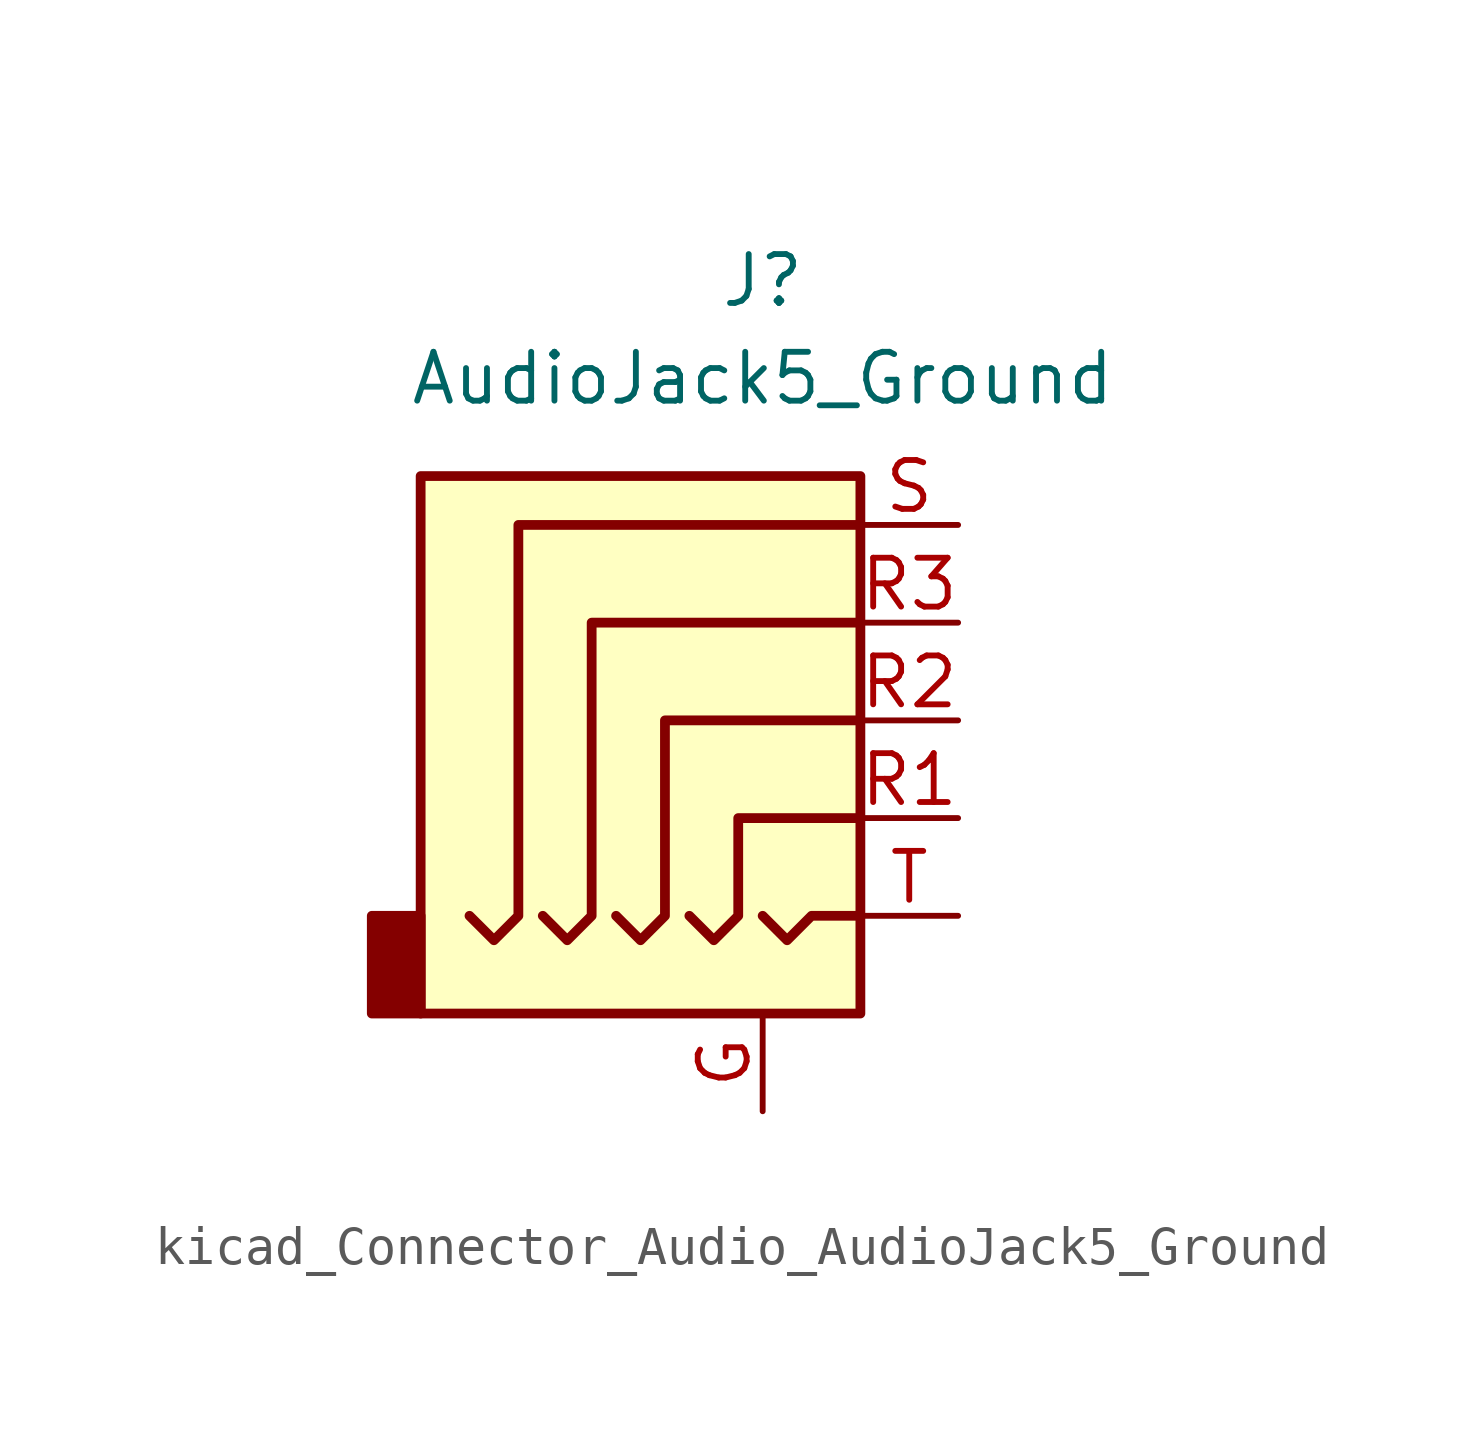
<source format=kicad_sym>
(kicad_symbol_lib
  (version 20220914)
  (generator kicad_symbol_editor)
  (symbol "kicad_Connector_Audio_AudioJack5_Ground"
    (property "Reference" "J"
      (at 0 11.43 0)
      (effects (font (size 1.27 1.27))))
    (property "Value" "AudioJack5_Ground"
      (at 0 8.89 0)
      (effects (font (size 1.27 1.27))))
    (symbol "kicad_Connector_Audio_AudioJack5_Ground_0_1"
      (rectangle (start -8.89 -5.08) (end -10.16 -7.62) (stroke (width 0.254) (type default)) (fill (type outline)))
      (polyline (pts (xy 0 -5.08) (xy 0.635 -5.715) (xy 1.27 -5.08) (xy 2.54 -5.08)) (stroke (width 0.254) (type default)) (fill (type none)))
      (polyline (pts (xy -5.715 -5.08) (xy -5.08 -5.715) (xy -4.445 -5.08) (xy -4.445 2.54) (xy 2.54 2.54)) (stroke (width 0.254) (type default)) (fill (type none)))
      (polyline (pts (xy -1.905 -5.08) (xy -1.27 -5.715) (xy -0.635 -5.08) (xy -0.635 -2.54) (xy 2.54 -2.54)) (stroke (width 0.254) (type default)) (fill (type none)))
      (polyline (pts (xy 2.54 0) (xy -2.54 0) (xy -2.54 -5.08) (xy -3.175 -5.715) (xy -3.81 -5.08)) (stroke (width 0.254) (type default)) (fill (type none)))
      (polyline (pts (xy 2.54 5.08) (xy -6.35 5.08) (xy -6.35 -5.08) (xy -6.985 -5.715) (xy -7.62 -5.08)) (stroke (width 0.254) (type default)) (fill (type none)))
      (rectangle (start 2.54 6.35) (end -8.89 -7.62) (stroke (width 0.254) (type default)) (fill (type background))))
    (symbol "kicad_Connector_Audio_AudioJack5_Ground_1_1"
      (pin passive line (at 0 -10.16 90) (length 2.54) (name "~" (effects (font (size 1.27 1.27)))) (number "G" (effects (font (size 1.27 1.27)))))
      (pin passive line (at 5.08 -2.54 180) (length 2.54) (name "~" (effects (font (size 1.27 1.27)))) (number "R1" (effects (font (size 1.27 1.27)))))
      (pin passive line (at 5.08 0 180) (length 2.54) (name "~" (effects (font (size 1.27 1.27)))) (number "R2" (effects (font (size 1.27 1.27)))))
      (pin passive line (at 5.08 2.54 180) (length 2.54) (name "~" (effects (font (size 1.27 1.27)))) (number "R3" (effects (font (size 1.27 1.27)))))
      (pin passive line (at 5.08 5.08 180) (length 2.54) (name "~" (effects (font (size 1.27 1.27)))) (number "S" (effects (font (size 1.27 1.27)))))
      (pin passive line (at 5.08 -5.08 180) (length 2.54) (name "~" (effects (font (size 1.27 1.27)))) (number "T" (effects (font (size 1.27 1.27))))))))
</source>
